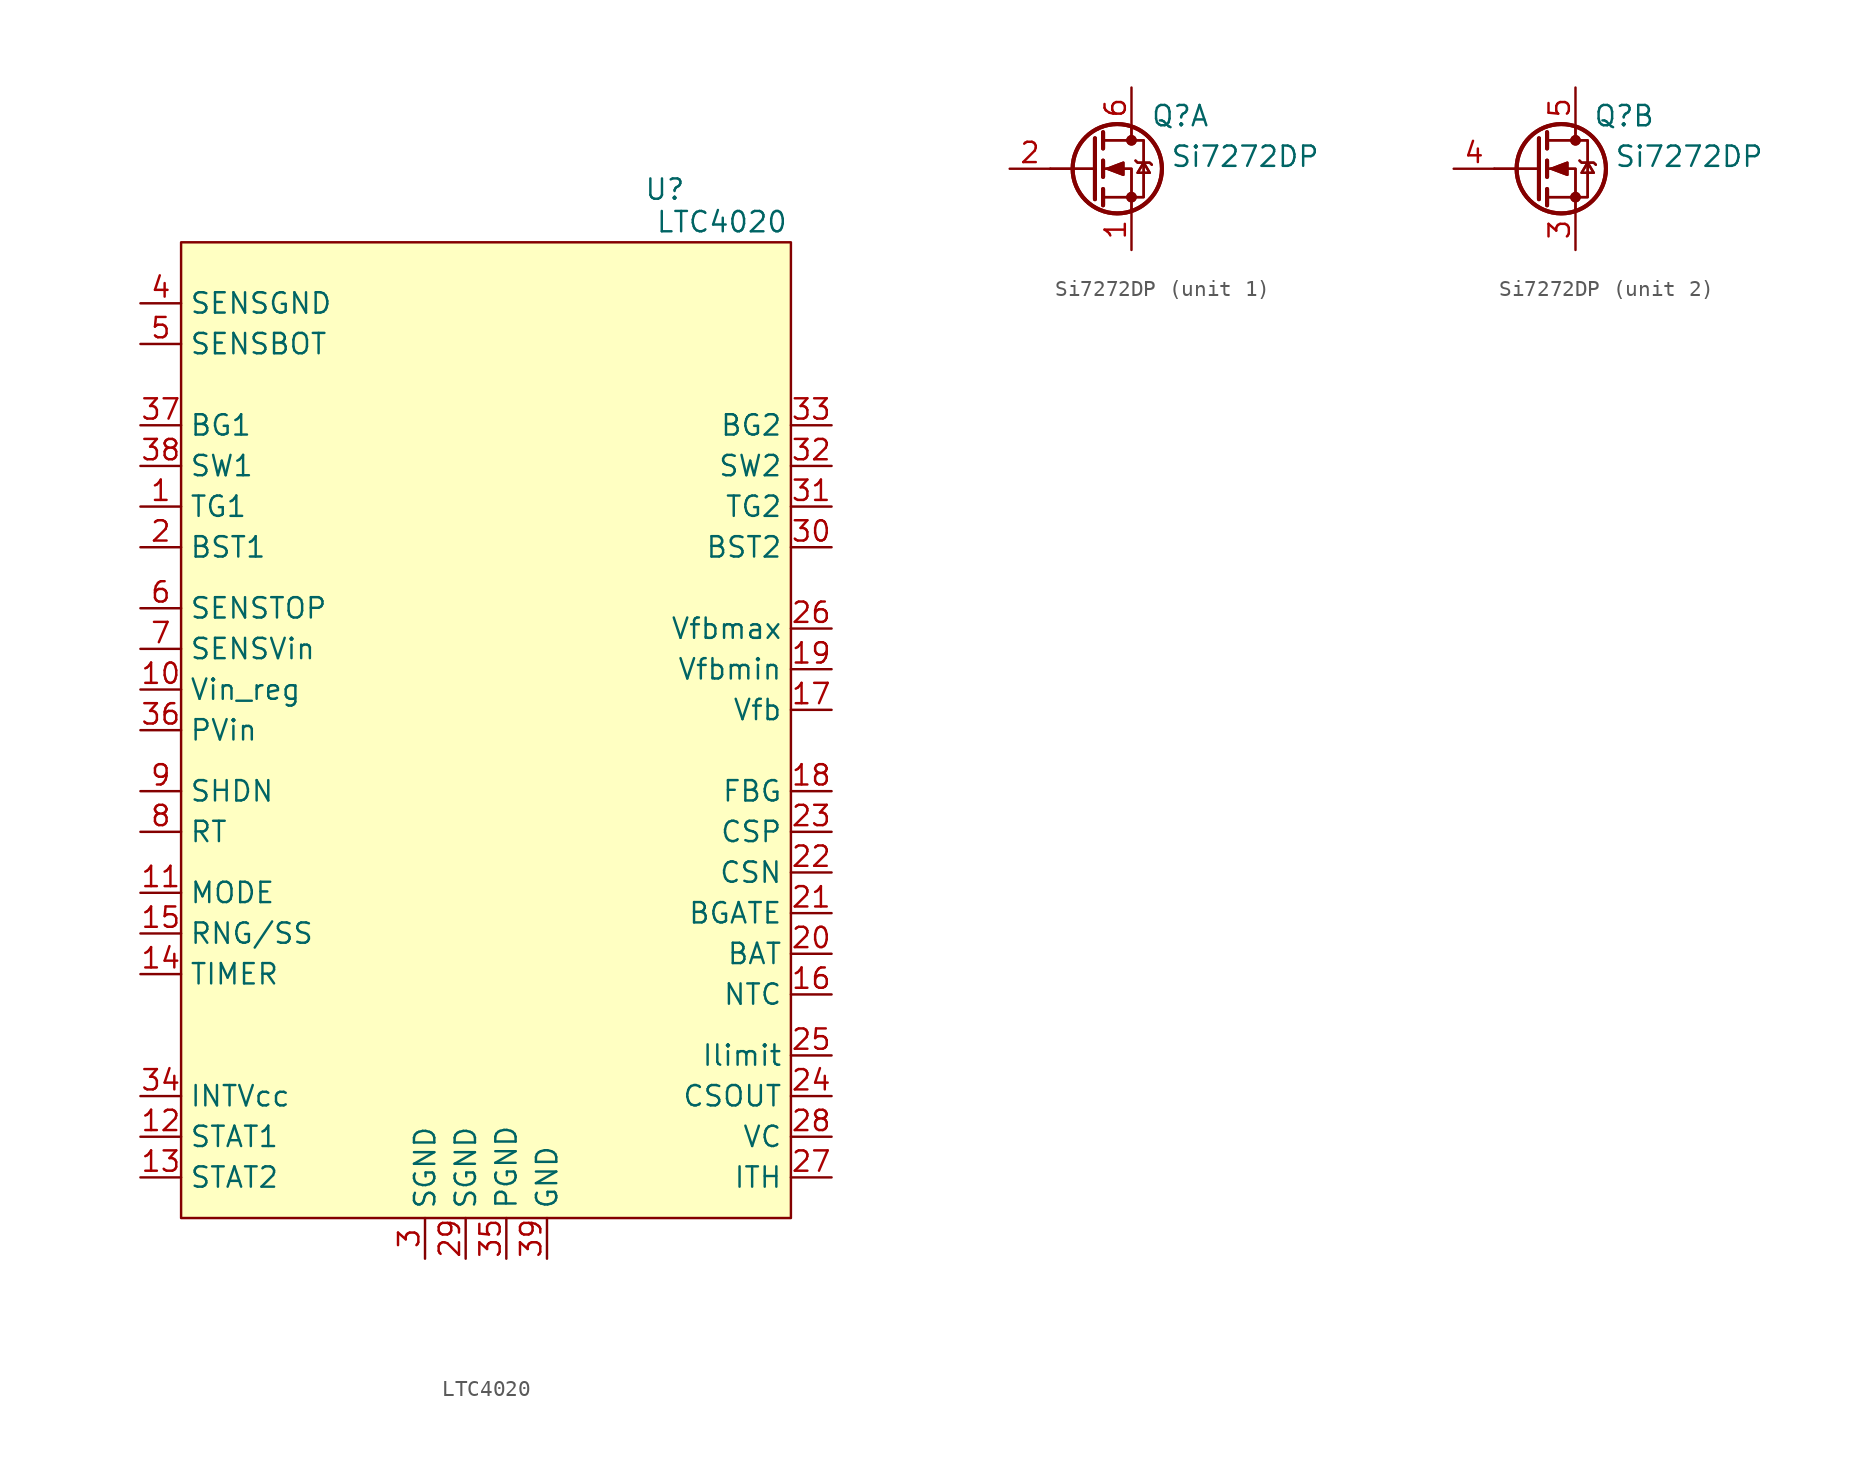
<source format=kicad_sym>
(kicad_symbol_lib
  (version 20231120)
  (generator "kicad_symbol_editor")
  (generator_version "8.0")
  (symbol "LTC4020"
    (property "Reference" "U"
      (at 11.176 33.782 0)
      (effects (font (size 1.27 1.27))))
    (property "Value" "LTC4020"
      (at 14.732 31.75 0)
      (effects (font (size 1.27 1.27))))
    (symbol "LTC4020_0_0"
      (pin unspecified line (at -21.59 13.97 0) (length 2.54) (name "TG1" (effects (font (size 1.27 1.27)))) (number "1" (effects (font (size 1.27 1.27)))))
      (pin unspecified line (at -21.59 2.54 0) (length 2.54) (name "Vin_reg" (effects (font (size 1.27 1.27)))) (number "10" (effects (font (size 1.27 1.27)))))
      (pin unspecified line (at -21.59 -10.16 0) (length 2.54) (name "MODE" (effects (font (size 1.27 1.27)))) (number "11" (effects (font (size 1.27 1.27)))))
      (pin unspecified line (at -21.59 -25.4 0) (length 2.54) (name "STAT1" (effects (font (size 1.27 1.27)))) (number "12" (effects (font (size 1.27 1.27)))))
      (pin unspecified line (at -21.59 -27.94 0) (length 2.54) (name "STAT2" (effects (font (size 1.27 1.27)))) (number "13" (effects (font (size 1.27 1.27)))))
      (pin unspecified line (at -21.59 -15.24 0) (length 2.54) (name "TIMER" (effects (font (size 1.27 1.27)))) (number "14" (effects (font (size 1.27 1.27)))))
      (pin unspecified line (at -21.59 -12.7 0) (length 2.54) (name "RNG/SS" (effects (font (size 1.27 1.27)))) (number "15" (effects (font (size 1.27 1.27)))))
      (pin unspecified line (at 21.59 -16.51 180) (length 2.54) (name "NTC" (effects (font (size 1.27 1.27)))) (number "16" (effects (font (size 1.27 1.27)))))
      (pin unspecified line (at 21.59 1.27 180) (length 2.54) (name "Vfb" (effects (font (size 1.27 1.27)))) (number "17" (effects (font (size 1.27 1.27)))))
      (pin unspecified line (at 21.59 -3.81 180) (length 2.54) (name "FBG" (effects (font (size 1.27 1.27)))) (number "18" (effects (font (size 1.27 1.27)))))
      (pin unspecified line (at 21.59 3.81 180) (length 2.54) (name "Vfbmin" (effects (font (size 1.27 1.27)))) (number "19" (effects (font (size 1.27 1.27)))))
      (pin unspecified line (at -21.59 11.43 0) (length 2.54) (name "BST1" (effects (font (size 1.27 1.27)))) (number "2" (effects (font (size 1.27 1.27)))))
      (pin unspecified line (at 21.59 -13.97 180) (length 2.54) (name "BAT" (effects (font (size 1.27 1.27)))) (number "20" (effects (font (size 1.27 1.27)))))
      (pin unspecified line (at 21.59 -11.43 180) (length 2.54) (name "BGATE" (effects (font (size 1.27 1.27)))) (number "21" (effects (font (size 1.27 1.27)))))
      (pin unspecified line (at 21.59 -8.89 180) (length 2.54) (name "CSN" (effects (font (size 1.27 1.27)))) (number "22" (effects (font (size 1.27 1.27)))))
      (pin unspecified line (at 21.59 -6.35 180) (length 2.54) (name "CSP" (effects (font (size 1.27 1.27)))) (number "23" (effects (font (size 1.27 1.27)))))
      (pin unspecified line (at 21.59 -22.86 180) (length 2.54) (name "CSOUT" (effects (font (size 1.27 1.27)))) (number "24" (effects (font (size 1.27 1.27)))))
      (pin unspecified line (at 21.59 -20.32 180) (length 2.54) (name "Ilimit" (effects (font (size 1.27 1.27)))) (number "25" (effects (font (size 1.27 1.27)))))
      (pin unspecified line (at 21.59 6.35 180) (length 2.54) (name "Vfbmax" (effects (font (size 1.27 1.27)))) (number "26" (effects (font (size 1.27 1.27)))))
      (pin unspecified line (at 21.59 -27.94 180) (length 2.54) (name "ITH" (effects (font (size 1.27 1.27)))) (number "27" (effects (font (size 1.27 1.27)))))
      (pin unspecified line (at 21.59 -25.4 180) (length 2.54) (name "VC" (effects (font (size 1.27 1.27)))) (number "28" (effects (font (size 1.27 1.27)))))
      (pin unspecified line (at -1.27 -33.02 90) (length 2.54) (name "SGND" (effects (font (size 1.27 1.27)))) (number "29" (effects (font (size 1.27 1.27)))))
      (pin unspecified line (at -3.81 -33.02 90) (length 2.54) (name "SGND" (effects (font (size 1.27 1.27)))) (number "3" (effects (font (size 1.27 1.27)))))
      (pin unspecified line (at 21.59 11.43 180) (length 2.54) (name "BST2" (effects (font (size 1.27 1.27)))) (number "30" (effects (font (size 1.27 1.27)))))
      (pin unspecified line (at 21.59 13.97 180) (length 2.54) (name "TG2" (effects (font (size 1.27 1.27)))) (number "31" (effects (font (size 1.27 1.27)))))
      (pin unspecified line (at 21.59 16.51 180) (length 2.54) (name "SW2" (effects (font (size 1.27 1.27)))) (number "32" (effects (font (size 1.27 1.27)))))
      (pin unspecified line (at 21.59 19.05 180) (length 2.54) (name "BG2" (effects (font (size 1.27 1.27)))) (number "33" (effects (font (size 1.27 1.27)))))
      (pin unspecified line (at -21.59 -22.86 0) (length 2.54) (name "INTVcc" (effects (font (size 1.27 1.27)))) (number "34" (effects (font (size 1.27 1.27)))))
      (pin unspecified line (at 1.27 -33.02 90) (length 2.54) (name "PGND" (effects (font (size 1.27 1.27)))) (number "35" (effects (font (size 1.27 1.27)))))
      (pin unspecified line (at -21.59 0 0) (length 2.54) (name "PVin" (effects (font (size 1.27 1.27)))) (number "36" (effects (font (size 1.27 1.27)))))
      (pin unspecified line (at -21.59 19.05 0) (length 2.54) (name "BG1" (effects (font (size 1.27 1.27)))) (number "37" (effects (font (size 1.27 1.27)))))
      (pin unspecified line (at -21.59 16.51 0) (length 2.54) (name "SW1" (effects (font (size 1.27 1.27)))) (number "38" (effects (font (size 1.27 1.27)))))
      (pin unspecified line (at 3.81 -33.02 90) (length 2.54) (name "GND" (effects (font (size 1.27 1.27)))) (number "39" (effects (font (size 1.27 1.27)))))
      (pin unspecified line (at -21.59 26.67 0) (length 2.54) (name "SENSGND" (effects (font (size 1.27 1.27)))) (number "4" (effects (font (size 1.27 1.27)))))
      (pin unspecified line (at -21.59 24.13 0) (length 2.54) (name "SENSBOT" (effects (font (size 1.27 1.27)))) (number "5" (effects (font (size 1.27 1.27)))))
      (pin unspecified line (at -21.59 7.62 0) (length 2.54) (name "SENSTOP" (effects (font (size 1.27 1.27)))) (number "6" (effects (font (size 1.27 1.27)))))
      (pin unspecified line (at -21.59 5.08 0) (length 2.54) (name "SENSVin" (effects (font (size 1.27 1.27)))) (number "7" (effects (font (size 1.27 1.27)))))
      (pin unspecified line (at -21.59 -6.35 0) (length 2.54) (name "RT" (effects (font (size 1.27 1.27)))) (number "8" (effects (font (size 1.27 1.27)))))
      (pin unspecified line (at -21.59 -3.81 0) (length 2.54) (name "SHDN" (effects (font (size 1.27 1.27)))) (number "9" (effects (font (size 1.27 1.27))))))
    (symbol "LTC4020_0_1"
      (rectangle (start -19.05 30.48) (end 19.05 -30.48) (stroke (width 0) (type default)) (fill (type background)))))
  (symbol "Si7272DP"
    (property "Reference" "Q"
      (at 3.048 3.302 0)
      (effects (font (size 1.27 1.27))))
    (property "Value" "Si7272DP"
      (at 7.112 0.762 0)
      (effects (font (size 1.27 1.27))))
    (property "ki_locked" ""
      (at 0 0 0)
      (effects (font (size 1.27 1.27))))
    (symbol "Si7272DP_0_1"
      (circle (center -0.889 0) (radius 2.794) (stroke (width 0.254) (type default)) (fill (type none)))
      (circle (center -0.889 0) (radius 2.794) (stroke (width 0.254) (type default)) (fill (type none)))
      (circle (center 0 -1.778) (radius 0.254) (stroke (width 0) (type default)) (fill (type outline)))
      (circle (center 0 -1.778) (radius 0.254) (stroke (width 0) (type default)) (fill (type outline)))
      (polyline (pts (xy -2.286 0) (xy -5.08 0)) (stroke (width 0) (type default)) (fill (type none)))
      (polyline (pts (xy -2.286 0) (xy -5.08 0)) (stroke (width 0) (type default)) (fill (type none)))
      (polyline (pts (xy -2.286 1.905) (xy -2.286 -1.905)) (stroke (width 0.254) (type default)) (fill (type none)))
      (polyline (pts (xy -2.286 1.905) (xy -2.286 -1.905)) (stroke (width 0.254) (type default)) (fill (type none)))
      (polyline (pts (xy -1.778 -1.27) (xy -1.778 -2.286)) (stroke (width 0.254) (type default)) (fill (type none)))
      (polyline (pts (xy -1.778 -1.27) (xy -1.778 -2.286)) (stroke (width 0.254) (type default)) (fill (type none)))
      (polyline (pts (xy -1.778 0.508) (xy -1.778 -0.508)) (stroke (width 0.254) (type default)) (fill (type none)))
      (polyline (pts (xy -1.778 0.508) (xy -1.778 -0.508)) (stroke (width 0.254) (type default)) (fill (type none)))
      (polyline (pts (xy -1.778 2.286) (xy -1.778 1.27)) (stroke (width 0.254) (type default)) (fill (type none)))
      (polyline (pts (xy -1.778 2.286) (xy -1.778 1.27)) (stroke (width 0.254) (type default)) (fill (type none)))
      (polyline (pts (xy 0 2.54) (xy 0 1.778)) (stroke (width 0) (type default)) (fill (type none)))
      (polyline (pts (xy 0 2.54) (xy 0 1.778)) (stroke (width 0) (type default)) (fill (type none)))
      (polyline (pts (xy 0 -2.54) (xy 0 0) (xy -1.778 0)) (stroke (width 0) (type default)) (fill (type none)))
      (polyline (pts (xy 0 -2.54) (xy 0 0) (xy -1.778 0)) (stroke (width 0) (type default)) (fill (type none)))
      (polyline (pts (xy -1.778 -1.778) (xy 0.762 -1.778) (xy 0.762 1.778) (xy -1.778 1.778)) (stroke (width 0) (type default)) (fill (type none)))
      (polyline (pts (xy -1.778 -1.778) (xy 0.762 -1.778) (xy 0.762 1.778) (xy -1.778 1.778)) (stroke (width 0) (type default)) (fill (type none)))
      (polyline (pts (xy -1.524 0) (xy -0.508 0.381) (xy -0.508 -0.381) (xy -1.524 0)) (stroke (width 0) (type default)) (fill (type outline)))
      (polyline (pts (xy -1.524 0) (xy -0.508 0.381) (xy -0.508 -0.381) (xy -1.524 0)) (stroke (width 0) (type default)) (fill (type outline)))
      (polyline (pts (xy 0.254 0.508) (xy 0.381 0.381) (xy 1.143 0.381) (xy 1.27 0.254)) (stroke (width 0) (type default)) (fill (type none)))
      (polyline (pts (xy 0.254 0.508) (xy 0.381 0.381) (xy 1.143 0.381) (xy 1.27 0.254)) (stroke (width 0) (type default)) (fill (type none)))
      (polyline (pts (xy 0.762 0.381) (xy 0.381 -0.254) (xy 1.143 -0.254) (xy 0.762 0.381)) (stroke (width 0) (type default)) (fill (type none)))
      (polyline (pts (xy 0.762 0.381) (xy 0.381 -0.254) (xy 1.143 -0.254) (xy 0.762 0.381)) (stroke (width 0) (type default)) (fill (type none)))
      (circle (center 0 1.778) (radius 0.254) (stroke (width 0) (type default)) (fill (type outline)))
      (circle (center 0 1.778) (radius 0.254) (stroke (width 0) (type default)) (fill (type outline))))
    (symbol "Si7272DP_1_1"
      (pin passive line (at 0 -5.08 90) (length 2.54) (name "S" (effects (font (size 0 0)))) (number "1" (effects (font (size 1.27 1.27)))))
      (pin input line (at -7.62 0 0) (length 2.54) (name "G" (effects (font (size 0 0)))) (number "2" (effects (font (size 1.27 1.27)))))
      (pin passive line (at 0 5.08 270) (length 2.54) (name "D" (effects (font (size 0 0)))) (number "6" (effects (font (size 1.27 1.27))))))
    (symbol "Si7272DP_2_1"
      (pin passive line (at 0 -5.08 90) (length 2.54) (name "S" (effects (font (size 0 0)))) (number "3" (effects (font (size 1.27 1.27)))))
      (pin input line (at -7.62 0 0) (length 2.54) (name "G" (effects (font (size 0 0)))) (number "4" (effects (font (size 1.27 1.27)))))
      (pin passive line (at 0 5.08 270) (length 2.54) (name "D" (effects (font (size 0 0)))) (number "5" (effects (font (size 1.27 1.27))))))))
</source>
